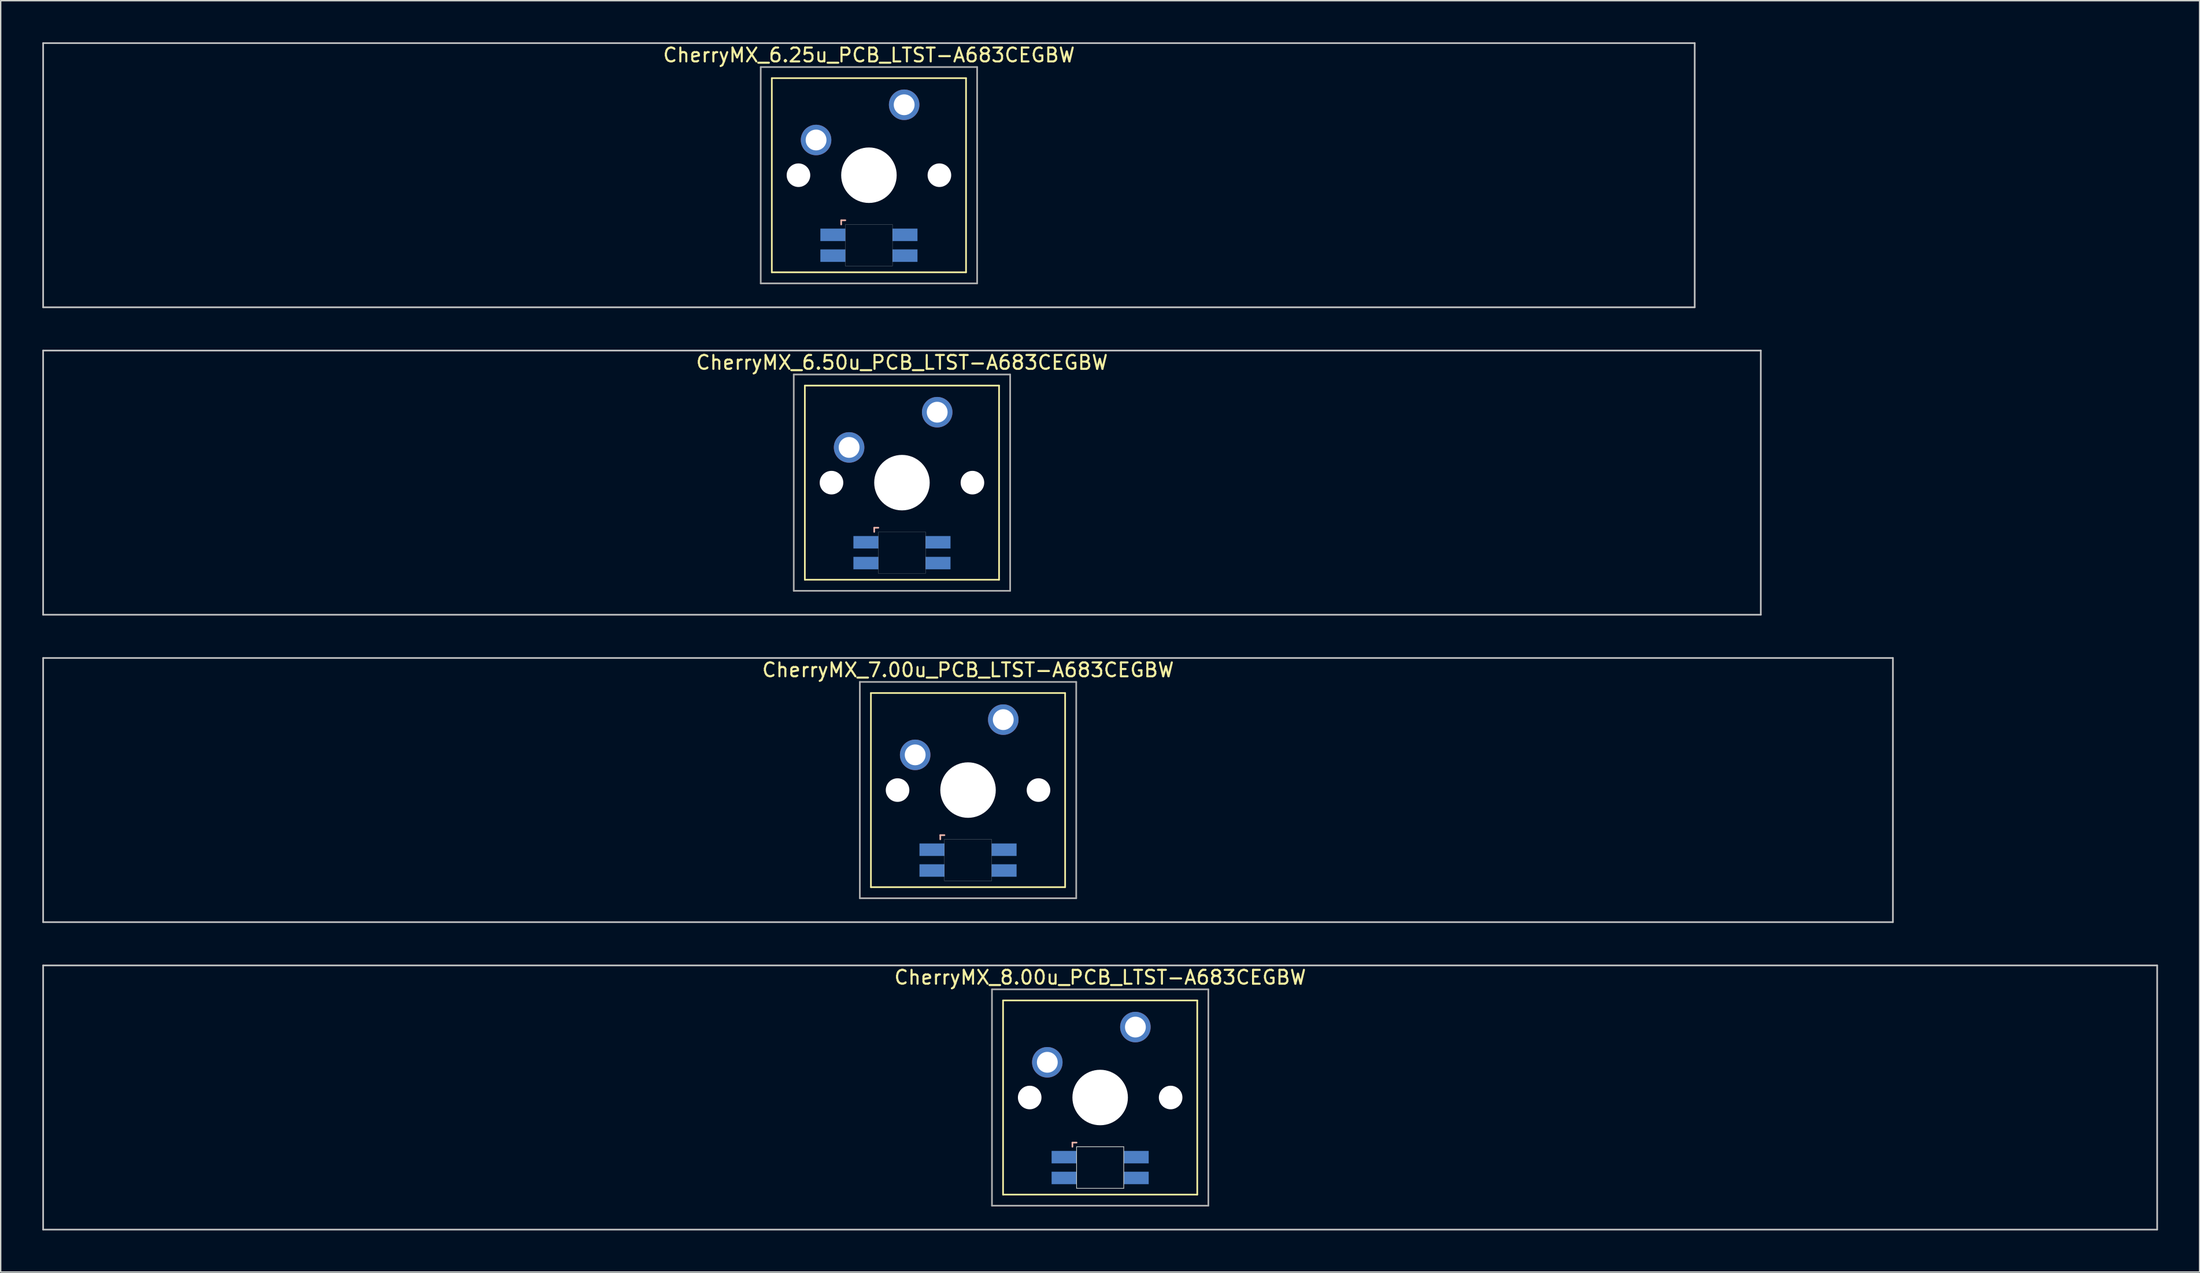
<source format=kicad_pcb>
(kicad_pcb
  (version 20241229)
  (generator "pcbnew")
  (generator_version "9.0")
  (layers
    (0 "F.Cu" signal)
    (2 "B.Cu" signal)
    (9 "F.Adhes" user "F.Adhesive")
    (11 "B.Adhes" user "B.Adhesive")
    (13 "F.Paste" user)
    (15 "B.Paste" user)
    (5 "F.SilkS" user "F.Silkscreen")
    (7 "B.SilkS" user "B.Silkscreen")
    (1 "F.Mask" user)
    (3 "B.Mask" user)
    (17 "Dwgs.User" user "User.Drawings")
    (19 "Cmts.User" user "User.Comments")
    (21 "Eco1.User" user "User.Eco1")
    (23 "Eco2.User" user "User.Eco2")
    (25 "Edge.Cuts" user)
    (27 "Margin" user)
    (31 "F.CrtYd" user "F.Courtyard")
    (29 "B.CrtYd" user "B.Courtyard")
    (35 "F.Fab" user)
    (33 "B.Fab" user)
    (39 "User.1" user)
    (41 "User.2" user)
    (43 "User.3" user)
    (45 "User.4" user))
  (footprint "CherryMX_8.00u_PCB_LTST-A683CEGBW"
    (layer "F.Cu")
    (at 76.26 76.095)
    (property "Reference" "CherryMX_8.00u_PCB_LTST-A683CEGBW" (at 0 -8.662 0) (layer "F.SilkS") (effects (font (size 1 1) (thickness 0.15))))
    (attr through_hole)
    (fp_line (start -7 -7) (end -7 7) (stroke (width 0.12) (type solid)) (layer "F.SilkS"))
    (fp_line (start -7 -7) (end 7 -7) (stroke (width 0.12) (type solid)) (layer "F.SilkS"))
    (fp_line (start 7 -7) (end 7 7) (stroke (width 0.12) (type solid)) (layer "F.SilkS"))
    (fp_line (start 7 7) (end -7 7) (stroke (width 0.12) (type solid)) (layer "F.SilkS"))
    (fp_line (start -2 3.25) (end -2 3.55) (stroke (width 0.12) (type solid)) (layer "B.SilkS"))
    (fp_line (start -1.7 3.25) (end -2 3.25) (stroke (width 0.12) (type solid)) (layer "B.SilkS"))
    (fp_line (start -76.2 -9.525) (end 76.2 -9.525) (stroke (width 0.12) (type solid)) (layer "Dwgs.User"))
    (fp_line (start -76.2 9.525) (end -76.2 -9.525) (stroke (width 0.12) (type solid)) (layer "Dwgs.User"))
    (fp_line (start 76.2 -9.525) (end 76.2 9.525) (stroke (width 0.12) (type solid)) (layer "Dwgs.User"))
    (fp_line (start 76.2 9.525) (end -76.2 9.525) (stroke (width 0.12) (type solid)) (layer "Dwgs.User"))
    (fp_line (start -1.7 3.55) (end 1.7 3.55) (stroke (width 0.05) (type solid)) (layer "Edge.Cuts"))
    (fp_line (start -1.7 6.55) (end -1.7 3.55) (stroke (width 0.05) (type solid)) (layer "Edge.Cuts"))
    (fp_line (start 1.7 3.55) (end 1.7 6.55) (stroke (width 0.05) (type solid)) (layer "Edge.Cuts"))
    (fp_line (start 1.7 6.55) (end -1.7 6.55) (stroke (width 0.05) (type solid)) (layer "Edge.Cuts"))
    (fp_line (start -7.8 -7.8) (end -7.8 7.8) (stroke (width 0.12) (type solid)) (layer "F.Fab"))
    (fp_line (start -7.8 -7.8) (end 7.8 -7.8) (stroke (width 0.12) (type solid)) (layer "F.Fab"))
    (fp_line (start -7.8 7.8) (end 7.8 7.8) (stroke (width 0.12) (type solid)) (layer "F.Fab"))
    (fp_line (start 7.8 -7.8) (end 7.8 7.8) (stroke (width 0.12) (type solid)) (layer "F.Fab"))
    (pad "" np_thru_hole circle (at -5.08 0) (size 1.7 1.7) (drill 1.7) (layers "*.Cu" "*.Mask"))
    (pad "" np_thru_hole circle (at 0 0) (size 4 4) (drill 4) (layers "*.Cu" "*.Mask"))
    (pad "" np_thru_hole circle (at 5.08 0) (size 1.7 1.7) (drill 1.7) (layers "*.Cu" "*.Mask"))
    (pad "1" thru_hole circle (at -3.81 -2.54) (size 2.2 2.2) (drill 1.5) (layers "*.Cu" "*.Mask"))
    (pad "2" thru_hole circle (at 2.54 -5.08) (size 2.2 2.2) (drill 1.5) (layers "*.Cu" "*.Mask"))
    (pad "3" smd rect (at -2.6 4.3) (size 1.8 0.9) (layers "B.Cu" "B.Mask" "B.Paste"))
    (pad "4" smd rect (at -2.6 5.8) (size 1.8 0.9) (layers "B.Cu" "B.Mask" "B.Paste"))
    (pad "5" smd rect (at 2.6 4.3) (size 1.8 0.9) (layers "B.Cu" "B.Mask" "B.Paste"))
    (pad "6" smd rect (at 2.6 5.8) (size 1.8 0.9) (layers "B.Cu" "B.Mask" "B.Paste")))
  (footprint "CherryMX_6.50u_PCB_LTST-A683CEGBW"
    (layer "F.Cu")
    (at 61.972 31.755)
    (property "Reference" "CherryMX_6.50u_PCB_LTST-A683CEGBW" (at 0 -8.662 0) (layer "F.SilkS") (effects (font (size 1 1) (thickness 0.15))))
    (attr through_hole)
    (fp_line (start -7 -7) (end -7 7) (stroke (width 0.12) (type solid)) (layer "F.SilkS"))
    (fp_line (start -7 -7) (end 7 -7) (stroke (width 0.12) (type solid)) (layer "F.SilkS"))
    (fp_line (start 7 -7) (end 7 7) (stroke (width 0.12) (type solid)) (layer "F.SilkS"))
    (fp_line (start 7 7) (end -7 7) (stroke (width 0.12) (type solid)) (layer "F.SilkS"))
    (fp_line (start -2 3.25) (end -2 3.55) (stroke (width 0.12) (type solid)) (layer "B.SilkS"))
    (fp_line (start -1.7 3.25) (end -2 3.25) (stroke (width 0.12) (type solid)) (layer "B.SilkS"))
    (fp_line (start -61.913 -9.525) (end 61.913 -9.525) (stroke (width 0.12) (type solid)) (layer "Dwgs.User"))
    (fp_line (start -61.913 9.525) (end -61.913 -9.525) (stroke (width 0.12) (type solid)) (layer "Dwgs.User"))
    (fp_line (start 61.913 -9.525) (end 61.913 9.525) (stroke (width 0.12) (type solid)) (layer "Dwgs.User"))
    (fp_line (start 61.913 9.525) (end -61.913 9.525) (stroke (width 0.12) (type solid)) (layer "Dwgs.User"))
    (fp_poly (pts (xy 1.7 6.55) (xy -1.7 6.55) (xy -1.7 3.55) (xy 1.7 3.55)) (stroke (width 0.01) (type solid)) (fill no) (layer "Edge.Cuts"))
    (fp_line (start -7.8 -7.8) (end -7.8 7.8) (stroke (width 0.12) (type solid)) (layer "F.Fab"))
    (fp_line (start -7.8 -7.8) (end 7.8 -7.8) (stroke (width 0.12) (type solid)) (layer "F.Fab"))
    (fp_line (start -7.8 7.8) (end 7.8 7.8) (stroke (width 0.12) (type solid)) (layer "F.Fab"))
    (fp_line (start 7.8 -7.8) (end 7.8 7.8) (stroke (width 0.12) (type solid)) (layer "F.Fab"))
    (pad "" np_thru_hole circle (at -5.08 0) (size 1.7 1.7) (drill 1.7) (layers "*.Cu" "*.Mask"))
    (pad "" np_thru_hole circle (at 0 0) (size 4 4) (drill 4) (layers "*.Cu" "*.Mask"))
    (pad "" np_thru_hole circle (at 5.08 0) (size 1.7 1.7) (drill 1.7) (layers "*.Cu" "*.Mask"))
    (pad "1" thru_hole circle (at -3.81 -2.54) (size 2.2 2.2) (drill 1.5) (layers "*.Cu" "*.Mask"))
    (pad "2" thru_hole circle (at 2.54 -5.08) (size 2.2 2.2) (drill 1.5) (layers "*.Cu" "*.Mask"))
    (pad "3" smd rect (at -2.6 4.3) (size 1.8 0.9) (layers "B.Cu" "B.Mask" "B.Paste"))
    (pad "4" smd rect (at -2.6 5.8) (size 1.8 0.9) (layers "B.Cu" "B.Mask" "B.Paste"))
    (pad "5" smd rect (at 2.6 4.3) (size 1.8 0.9) (layers "B.Cu" "B.Mask" "B.Paste"))
    (pad "6" smd rect (at 2.6 5.8) (size 1.8 0.9) (layers "B.Cu" "B.Mask" "B.Paste")))
  (footprint "CherryMX_6.25u_PCB_LTST-A683CEGBW"
    (layer "F.Cu")
    (at 59.591 9.585)
    (property "Reference" "CherryMX_6.25u_PCB_LTST-A683CEGBW" (at 0 -8.662 0) (layer "F.SilkS") (effects (font (size 1 1) (thickness 0.15))))
    (attr through_hole)
    (fp_line (start -7 -7) (end -7 7) (stroke (width 0.12) (type solid)) (layer "F.SilkS"))
    (fp_line (start -7 -7) (end 7 -7) (stroke (width 0.12) (type solid)) (layer "F.SilkS"))
    (fp_line (start 7 -7) (end 7 7) (stroke (width 0.12) (type solid)) (layer "F.SilkS"))
    (fp_line (start 7 7) (end -7 7) (stroke (width 0.12) (type solid)) (layer "F.SilkS"))
    (fp_line (start -2 3.25) (end -2 3.55) (stroke (width 0.12) (type solid)) (layer "B.SilkS"))
    (fp_line (start -1.7 3.25) (end -2 3.25) (stroke (width 0.12) (type solid)) (layer "B.SilkS"))
    (fp_line (start -59.531 -9.525) (end 59.531 -9.525) (stroke (width 0.12) (type solid)) (layer "Dwgs.User"))
    (fp_line (start -59.531 9.525) (end -59.531 -9.525) (stroke (width 0.12) (type solid)) (layer "Dwgs.User"))
    (fp_line (start 59.531 -9.525) (end 59.531 9.525) (stroke (width 0.12) (type solid)) (layer "Dwgs.User"))
    (fp_line (start 59.531 9.525) (end -59.531 9.525) (stroke (width 0.12) (type solid)) (layer "Dwgs.User"))
    (fp_poly (pts (xy 1.7 6.55) (xy -1.7 6.55) (xy -1.7 3.55) (xy 1.7 3.55)) (stroke (width 0.01) (type solid)) (fill no) (layer "Edge.Cuts"))
    (fp_line (start -7.8 -7.8) (end -7.8 7.8) (stroke (width 0.12) (type solid)) (layer "F.Fab"))
    (fp_line (start -7.8 -7.8) (end 7.8 -7.8) (stroke (width 0.12) (type solid)) (layer "F.Fab"))
    (fp_line (start -7.8 7.8) (end 7.8 7.8) (stroke (width 0.12) (type solid)) (layer "F.Fab"))
    (fp_line (start 7.8 -7.8) (end 7.8 7.8) (stroke (width 0.12) (type solid)) (layer "F.Fab"))
    (pad "" np_thru_hole circle (at -5.08 0) (size 1.7 1.7) (drill 1.7) (layers "*.Cu" "*.Mask"))
    (pad "" np_thru_hole circle (at 0 0) (size 4 4) (drill 4) (layers "*.Cu" "*.Mask"))
    (pad "" np_thru_hole circle (at 5.08 0) (size 1.7 1.7) (drill 1.7) (layers "*.Cu" "*.Mask"))
    (pad "1" thru_hole circle (at -3.81 -2.54) (size 2.2 2.2) (drill 1.5) (layers "*.Cu" "*.Mask"))
    (pad "2" thru_hole circle (at 2.54 -5.08) (size 2.2 2.2) (drill 1.5) (layers "*.Cu" "*.Mask"))
    (pad "3" smd rect (at -2.6 4.3) (size 1.8 0.9) (layers "B.Cu" "B.Mask" "B.Paste"))
    (pad "4" smd rect (at -2.6 5.8) (size 1.8 0.9) (layers "B.Cu" "B.Mask" "B.Paste"))
    (pad "5" smd rect (at 2.6 4.3) (size 1.8 0.9) (layers "B.Cu" "B.Mask" "B.Paste"))
    (pad "6" smd rect (at 2.6 5.8) (size 1.8 0.9) (layers "B.Cu" "B.Mask" "B.Paste")))
  (footprint "CherryMX_7.00u_PCB_LTST-A683CEGBW"
    (layer "F.Cu")
    (at 66.735 53.925)
    (property "Reference" "CherryMX_7.00u_PCB_LTST-A683CEGBW" (at 0 -8.662 0) (layer "F.SilkS") (effects (font (size 1 1) (thickness 0.15))))
    (attr through_hole)
    (fp_line (start -7 -7) (end -7 7) (stroke (width 0.12) (type solid)) (layer "F.SilkS"))
    (fp_line (start -7 -7) (end 7 -7) (stroke (width 0.12) (type solid)) (layer "F.SilkS"))
    (fp_line (start 7 -7) (end 7 7) (stroke (width 0.12) (type solid)) (layer "F.SilkS"))
    (fp_line (start 7 7) (end -7 7) (stroke (width 0.12) (type solid)) (layer "F.SilkS"))
    (fp_line (start -2 3.25) (end -2 3.55) (stroke (width 0.12) (type solid)) (layer "B.SilkS"))
    (fp_line (start -1.7 3.25) (end -2 3.25) (stroke (width 0.12) (type solid)) (layer "B.SilkS"))
    (fp_line (start -66.675 -9.525) (end 66.675 -9.525) (stroke (width 0.12) (type solid)) (layer "Dwgs.User"))
    (fp_line (start -66.675 9.525) (end -66.675 -9.525) (stroke (width 0.12) (type solid)) (layer "Dwgs.User"))
    (fp_line (start 66.675 -9.525) (end 66.675 9.525) (stroke (width 0.12) (type solid)) (layer "Dwgs.User"))
    (fp_line (start 66.675 9.525) (end -66.675 9.525) (stroke (width 0.12) (type solid)) (layer "Dwgs.User"))
    (fp_poly (pts (xy 1.7 6.55) (xy -1.7 6.55) (xy -1.7 3.55) (xy 1.7 3.55)) (stroke (width 0.01) (type solid)) (fill no) (layer "Edge.Cuts"))
    (fp_line (start -7.8 -7.8) (end -7.8 7.8) (stroke (width 0.12) (type solid)) (layer "F.Fab"))
    (fp_line (start -7.8 -7.8) (end 7.8 -7.8) (stroke (width 0.12) (type solid)) (layer "F.Fab"))
    (fp_line (start -7.8 7.8) (end 7.8 7.8) (stroke (width 0.12) (type solid)) (layer "F.Fab"))
    (fp_line (start 7.8 -7.8) (end 7.8 7.8) (stroke (width 0.12) (type solid)) (layer "F.Fab"))
    (pad "" np_thru_hole circle (at -5.08 0) (size 1.7 1.7) (drill 1.7) (layers "*.Cu" "*.Mask"))
    (pad "" np_thru_hole circle (at 0 0) (size 4 4) (drill 4) (layers "*.Cu" "*.Mask"))
    (pad "" np_thru_hole circle (at 5.08 0) (size 1.7 1.7) (drill 1.7) (layers "*.Cu" "*.Mask"))
    (pad "1" thru_hole circle (at -3.81 -2.54) (size 2.2 2.2) (drill 1.5) (layers "*.Cu" "*.Mask"))
    (pad "2" thru_hole circle (at 2.54 -5.08) (size 2.2 2.2) (drill 1.5) (layers "*.Cu" "*.Mask"))
    (pad "3" smd rect (at -2.6 4.3) (size 1.8 0.9) (layers "B.Cu" "B.Mask" "B.Paste"))
    (pad "4" smd rect (at -2.6 5.8) (size 1.8 0.9) (layers "B.Cu" "B.Mask" "B.Paste"))
    (pad "5" smd rect (at 2.6 4.3) (size 1.8 0.9) (layers "B.Cu" "B.Mask" "B.Paste"))
    (pad "6" smd rect (at 2.6 5.8) (size 1.8 0.9) (layers "B.Cu" "B.Mask" "B.Paste")))
  (gr_rect
    (start -3 -3)
    (end 155.52 88.68)
    (stroke (width 0.1) (type default))
    (fill no)
    (layer "Edge.Cuts")))
</source>
